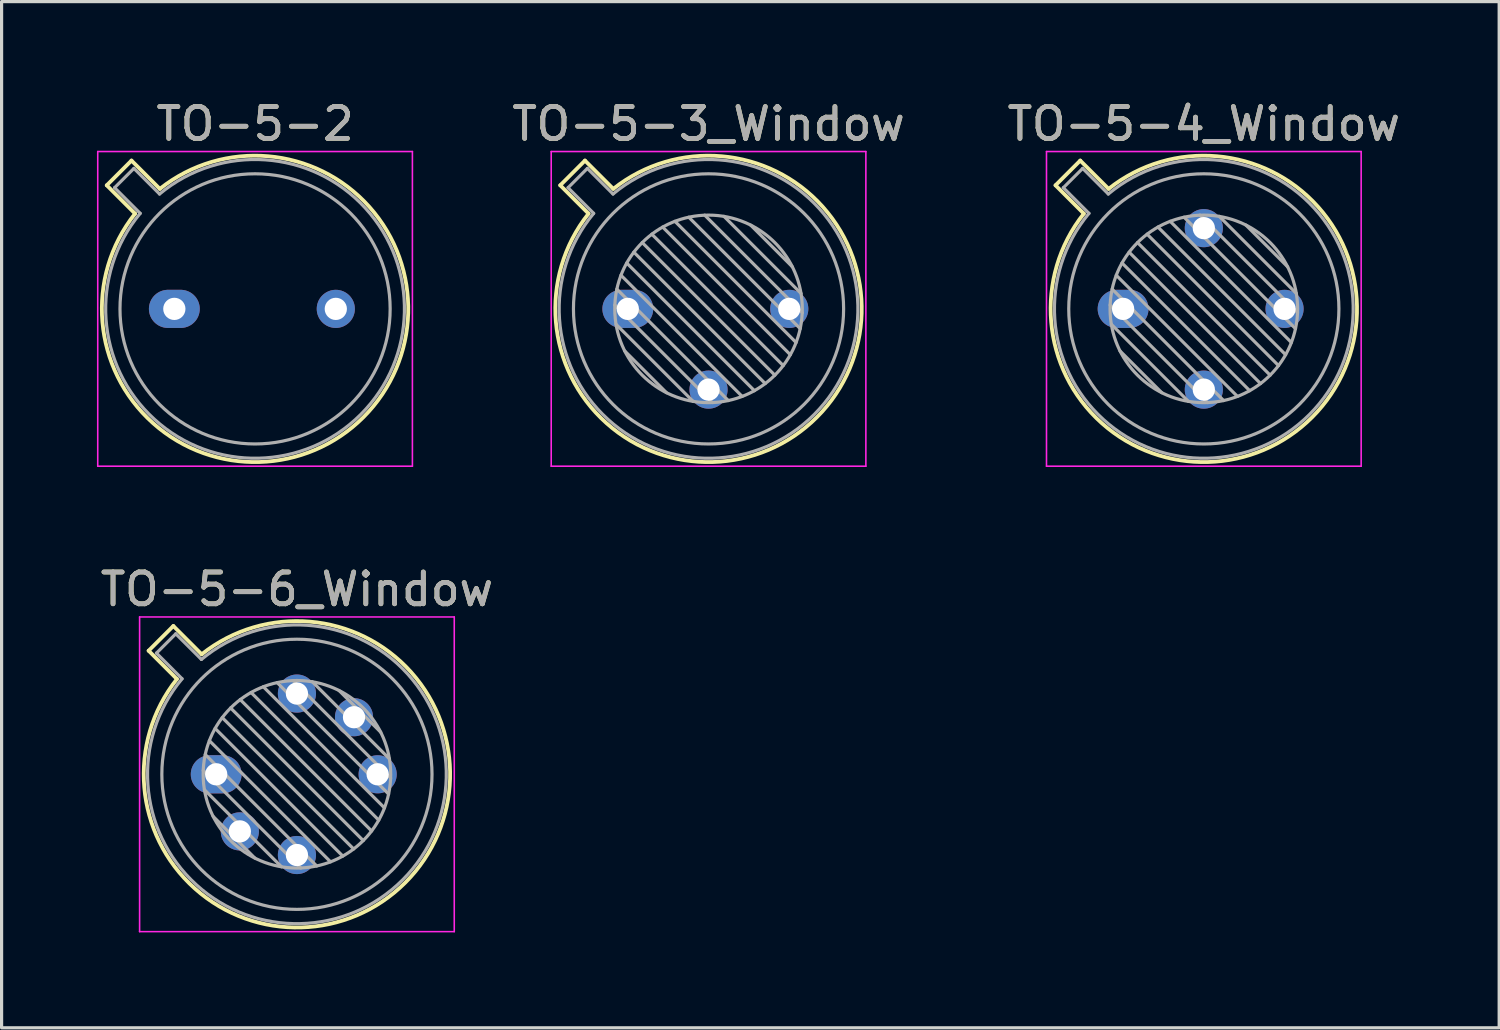
<source format=kicad_pcb>
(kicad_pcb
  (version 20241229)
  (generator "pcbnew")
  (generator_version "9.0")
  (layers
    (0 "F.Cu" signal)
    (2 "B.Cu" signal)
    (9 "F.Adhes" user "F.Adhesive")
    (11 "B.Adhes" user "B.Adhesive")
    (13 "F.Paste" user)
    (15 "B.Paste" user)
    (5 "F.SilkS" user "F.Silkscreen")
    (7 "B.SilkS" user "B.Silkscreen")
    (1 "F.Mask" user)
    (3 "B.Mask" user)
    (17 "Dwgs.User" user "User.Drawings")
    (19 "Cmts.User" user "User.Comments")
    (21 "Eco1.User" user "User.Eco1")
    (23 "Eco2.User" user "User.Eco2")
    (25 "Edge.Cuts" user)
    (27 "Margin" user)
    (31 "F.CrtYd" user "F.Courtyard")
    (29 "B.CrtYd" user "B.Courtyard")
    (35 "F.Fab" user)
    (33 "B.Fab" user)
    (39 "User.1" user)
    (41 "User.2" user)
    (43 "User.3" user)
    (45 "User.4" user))
  (footprint "TO-5-6_Window"
    (layer "F.Cu")
    (at 3.752 21.311)
    (property "Reference" "TO-5-6_Window" (at 2.54 -5.82 0) (layer "F.SilkS") (effects (font (size 1 1) (thickness 0.15))))
    (attr through_hole)
    (fp_line (start -2.126 -3.888) (end -1.235 -2.997) (stroke (width 0.12) (type solid)) (layer "F.SilkS"))
    (fp_line (start -1.348 -4.666) (end -2.126 -3.888) (stroke (width 0.12) (type solid)) (layer "F.SilkS"))
    (fp_line (start -0.457 -3.775) (end -1.348 -4.666) (stroke (width 0.12) (type solid)) (layer "F.SilkS"))
    (fp_arc (start -0.457084 -3.774902) (mid 5.948125 3.408384) (end -1.234674 -2.997371) (stroke (width 0.12) (type solid)) (layer "F.SilkS"))
    (fp_line (start -2.41 -4.95) (end -2.41 4.95) (stroke (width 0.05) (type solid)) (layer "F.CrtYd"))
    (fp_line (start -2.41 4.95) (end 7.49 4.95) (stroke (width 0.05) (type solid)) (layer "F.CrtYd"))
    (fp_line (start 7.49 -4.95) (end -2.41 -4.95) (stroke (width 0.05) (type solid)) (layer "F.CrtYd"))
    (fp_line (start 7.49 4.95) (end 7.49 -4.95) (stroke (width 0.05) (type solid)) (layer "F.CrtYd"))
    (fp_line (start -1.88 -3.812) (end -1.074 -3.005) (stroke (width 0.1) (type solid)) (layer "F.Fab"))
    (fp_line (start -1.272 -4.42) (end -1.88 -3.812) (stroke (width 0.1) (type solid)) (layer "F.Fab"))
    (fp_line (start -0.465 -3.614) (end -1.272 -4.42) (stroke (width 0.1) (type solid)) (layer "F.Fab"))
    (fp_line (start -0.408 -0.12) (end 2.66 2.948) (stroke (width 0.1) (type solid)) (layer "F.Fab"))
    (fp_line (start -0.371 0.485) (end 2.055 2.911) (stroke (width 0.1) (type solid)) (layer "F.Fab"))
    (fp_line (start -0.344 -0.622) (end 3.162 2.884) (stroke (width 0.1) (type solid)) (layer "F.Fab"))
    (fp_line (start -0.215 -1.058) (end 3.598 2.755) (stroke (width 0.1) (type solid)) (layer "F.Fab"))
    (fp_line (start -0.097 1.324) (end 1.216 2.637) (stroke (width 0.1) (type solid)) (layer "F.Fab"))
    (fp_line (start -0.034 -1.443) (end 3.983 2.574) (stroke (width 0.1) (type solid)) (layer "F.Fab"))
    (fp_line (start 0.19 -1.784) (end 4.324 2.35) (stroke (width 0.1) (type solid)) (layer "F.Fab"))
    (fp_line (start 0.454 -2.086) (end 4.626 2.086) (stroke (width 0.1) (type solid)) (layer "F.Fab"))
    (fp_line (start 0.756 -2.35) (end 4.89 1.784) (stroke (width 0.1) (type solid)) (layer "F.Fab"))
    (fp_line (start 1.097 -2.574) (end 5.114 1.443) (stroke (width 0.1) (type solid)) (layer "F.Fab"))
    (fp_line (start 1.482 -2.755) (end 5.295 1.058) (stroke (width 0.1) (type solid)) (layer "F.Fab"))
    (fp_line (start 1.918 -2.884) (end 5.424 0.622) (stroke (width 0.1) (type solid)) (layer "F.Fab"))
    (fp_line (start 2.42 -2.948) (end 5.488 0.12) (stroke (width 0.1) (type solid)) (layer "F.Fab"))
    (fp_line (start 3.025 -2.911) (end 5.451 -0.485) (stroke (width 0.1) (type solid)) (layer "F.Fab"))
    (fp_line (start 3.864 -2.637) (end 5.177 -1.324) (stroke (width 0.1) (type solid)) (layer "F.Fab"))
    (fp_arc (start -0.465408 -3.61352) (mid 5.863443 3.323361) (end -1.073594 -3.005319) (stroke (width 0.1) (type solid)) (layer "F.Fab"))
    (fp_circle (center 2.54 0) (end 5.49 0) (stroke (width 0.1) (type solid)) (fill no) (layer "F.Fab"))
    (fp_circle (center 2.54 0) (end 6.79 0) (stroke (width 0.1) (type solid)) (fill no) (layer "F.Fab"))
    (fp_text user "${REFERENCE}" (at 2.54 -5.82 0) (layer "F.Fab") (effects (font (size 1 1) (thickness 0.15))))
    (pad "1" thru_hole oval (at 0 0) (size 1.6 1.2) (drill 0.7) (layers "*.Cu" "*.Mask"))
    (pad "2" thru_hole oval (at 0.744 1.796) (size 1.2 1.2) (drill 0.7) (layers "*.Cu" "*.Mask"))
    (pad "3" thru_hole oval (at 2.54 2.54) (size 1.2 1.2) (drill 0.7) (layers "*.Cu" "*.Mask"))
    (pad "4" thru_hole oval (at 5.08 0) (size 1.2 1.2) (drill 0.7) (layers "*.Cu" "*.Mask"))
    (pad "5" thru_hole oval (at 4.336 -1.796) (size 1.2 1.2) (drill 0.7) (layers "*.Cu" "*.Mask"))
    (pad "6" thru_hole oval (at 2.54 -2.54) (size 1.2 1.2) (drill 0.7) (layers "*.Cu" "*.Mask")))
  (footprint "TO-5-2"
    (layer "F.Cu")
    (at 2.435 6.668)
    (property "Reference" "TO-5-2" (at 2.54 -5.82 0) (layer "F.SilkS") (effects (font (size 1 1) (thickness 0.15))))
    (attr through_hole)
    (fp_line (start -2.126 -3.888) (end -1.235 -2.997) (stroke (width 0.12) (type solid)) (layer "F.SilkS"))
    (fp_line (start -1.348 -4.666) (end -2.126 -3.888) (stroke (width 0.12) (type solid)) (layer "F.SilkS"))
    (fp_line (start -0.457 -3.775) (end -1.348 -4.666) (stroke (width 0.12) (type solid)) (layer "F.SilkS"))
    (fp_arc (start -0.457084 -3.774902) (mid 5.948125 3.408384) (end -1.234674 -2.997371) (stroke (width 0.12) (type solid)) (layer "F.SilkS"))
    (fp_line (start -2.41 -4.95) (end -2.41 4.95) (stroke (width 0.05) (type solid)) (layer "F.CrtYd"))
    (fp_line (start -2.41 4.95) (end 7.49 4.95) (stroke (width 0.05) (type solid)) (layer "F.CrtYd"))
    (fp_line (start 7.49 -4.95) (end -2.41 -4.95) (stroke (width 0.05) (type solid)) (layer "F.CrtYd"))
    (fp_line (start 7.49 4.95) (end 7.49 -4.95) (stroke (width 0.05) (type solid)) (layer "F.CrtYd"))
    (fp_line (start -1.88 -3.812) (end -1.074 -3.005) (stroke (width 0.1) (type solid)) (layer "F.Fab"))
    (fp_line (start -1.272 -4.42) (end -1.88 -3.812) (stroke (width 0.1) (type solid)) (layer "F.Fab"))
    (fp_line (start -0.465 -3.614) (end -1.272 -4.42) (stroke (width 0.1) (type solid)) (layer "F.Fab"))
    (fp_arc (start -0.465408 -3.61352) (mid 5.863443 3.323361) (end -1.073594 -3.005319) (stroke (width 0.1) (type solid)) (layer "F.Fab"))
    (fp_circle (center 2.54 0) (end 6.79 0) (stroke (width 0.1) (type solid)) (fill no) (layer "F.Fab"))
    (fp_text user "${REFERENCE}" (at 2.54 -5.82 0) (layer "F.Fab") (effects (font (size 1 1) (thickness 0.15))))
    (pad "1" thru_hole oval (at 0 0) (size 1.6 1.2) (drill 0.7) (layers "*.Cu" "*.Mask"))
    (pad "2" thru_hole oval (at 5.08 0) (size 1.2 1.2) (drill 0.7) (layers "*.Cu" "*.Mask")))
  (footprint "TO-5-3_Window"
    (layer "F.Cu")
    (at 16.702 6.668)
    (property "Reference" "TO-5-3_Window" (at 2.54 -5.82 0) (layer "F.SilkS") (effects (font (size 1 1) (thickness 0.15))))
    (attr through_hole)
    (fp_line (start -2.126 -3.888) (end -1.235 -2.997) (stroke (width 0.12) (type solid)) (layer "F.SilkS"))
    (fp_line (start -1.348 -4.666) (end -2.126 -3.888) (stroke (width 0.12) (type solid)) (layer "F.SilkS"))
    (fp_line (start -0.457 -3.775) (end -1.348 -4.666) (stroke (width 0.12) (type solid)) (layer "F.SilkS"))
    (fp_arc (start -0.457084 -3.774902) (mid 5.948125 3.408384) (end -1.234674 -2.997371) (stroke (width 0.12) (type solid)) (layer "F.SilkS"))
    (fp_line (start -2.41 -4.95) (end -2.41 4.95) (stroke (width 0.05) (type solid)) (layer "F.CrtYd"))
    (fp_line (start -2.41 4.95) (end 7.49 4.95) (stroke (width 0.05) (type solid)) (layer "F.CrtYd"))
    (fp_line (start 7.49 -4.95) (end -2.41 -4.95) (stroke (width 0.05) (type solid)) (layer "F.CrtYd"))
    (fp_line (start 7.49 4.95) (end 7.49 -4.95) (stroke (width 0.05) (type solid)) (layer "F.CrtYd"))
    (fp_line (start -1.88 -3.812) (end -1.074 -3.005) (stroke (width 0.1) (type solid)) (layer "F.Fab"))
    (fp_line (start -1.272 -4.42) (end -1.88 -3.812) (stroke (width 0.1) (type solid)) (layer "F.Fab"))
    (fp_line (start -0.465 -3.614) (end -1.272 -4.42) (stroke (width 0.1) (type solid)) (layer "F.Fab"))
    (fp_line (start -0.408 -0.12) (end 2.66 2.948) (stroke (width 0.1) (type solid)) (layer "F.Fab"))
    (fp_line (start -0.371 0.485) (end 2.055 2.911) (stroke (width 0.1) (type solid)) (layer "F.Fab"))
    (fp_line (start -0.344 -0.622) (end 3.162 2.884) (stroke (width 0.1) (type solid)) (layer "F.Fab"))
    (fp_line (start -0.215 -1.058) (end 3.598 2.755) (stroke (width 0.1) (type solid)) (layer "F.Fab"))
    (fp_line (start -0.097 1.324) (end 1.216 2.637) (stroke (width 0.1) (type solid)) (layer "F.Fab"))
    (fp_line (start -0.034 -1.443) (end 3.983 2.574) (stroke (width 0.1) (type solid)) (layer "F.Fab"))
    (fp_line (start 0.19 -1.784) (end 4.324 2.35) (stroke (width 0.1) (type solid)) (layer "F.Fab"))
    (fp_line (start 0.454 -2.086) (end 4.626 2.086) (stroke (width 0.1) (type solid)) (layer "F.Fab"))
    (fp_line (start 0.756 -2.35) (end 4.89 1.784) (stroke (width 0.1) (type solid)) (layer "F.Fab"))
    (fp_line (start 1.097 -2.574) (end 5.114 1.443) (stroke (width 0.1) (type solid)) (layer "F.Fab"))
    (fp_line (start 1.482 -2.755) (end 5.295 1.058) (stroke (width 0.1) (type solid)) (layer "F.Fab"))
    (fp_line (start 1.918 -2.884) (end 5.424 0.622) (stroke (width 0.1) (type solid)) (layer "F.Fab"))
    (fp_line (start 2.42 -2.948) (end 5.488 0.12) (stroke (width 0.1) (type solid)) (layer "F.Fab"))
    (fp_line (start 3.025 -2.911) (end 5.451 -0.485) (stroke (width 0.1) (type solid)) (layer "F.Fab"))
    (fp_line (start 3.864 -2.637) (end 5.177 -1.324) (stroke (width 0.1) (type solid)) (layer "F.Fab"))
    (fp_arc (start -0.465408 -3.61352) (mid 5.863443 3.323361) (end -1.073594 -3.005319) (stroke (width 0.1) (type solid)) (layer "F.Fab"))
    (fp_circle (center 2.54 0) (end 5.49 0) (stroke (width 0.1) (type solid)) (fill no) (layer "F.Fab"))
    (fp_circle (center 2.54 0) (end 6.79 0) (stroke (width 0.1) (type solid)) (fill no) (layer "F.Fab"))
    (fp_text user "${REFERENCE}" (at 2.54 -5.82 0) (layer "F.Fab") (effects (font (size 1 1) (thickness 0.15))))
    (pad "1" thru_hole oval (at 0 0) (size 1.6 1.2) (drill 0.7) (layers "*.Cu" "*.Mask"))
    (pad "2" thru_hole oval (at 2.54 2.54) (size 1.2 1.2) (drill 0.7) (layers "*.Cu" "*.Mask"))
    (pad "3" thru_hole oval (at 5.08 0) (size 1.2 1.2) (drill 0.7) (layers "*.Cu" "*.Mask")))
  (footprint "TO-5-4_Window"
    (layer "F.Cu")
    (at 32.285 6.668)
    (property "Reference" "TO-5-4_Window" (at 2.54 -5.82 0) (layer "F.SilkS") (effects (font (size 1 1) (thickness 0.15))))
    (attr through_hole)
    (fp_line (start -2.126 -3.888) (end -1.235 -2.997) (stroke (width 0.12) (type solid)) (layer "F.SilkS"))
    (fp_line (start -1.348 -4.666) (end -2.126 -3.888) (stroke (width 0.12) (type solid)) (layer "F.SilkS"))
    (fp_line (start -0.457 -3.775) (end -1.348 -4.666) (stroke (width 0.12) (type solid)) (layer "F.SilkS"))
    (fp_arc (start -0.457084 -3.774902) (mid 5.948125 3.408384) (end -1.234674 -2.997371) (stroke (width 0.12) (type solid)) (layer "F.SilkS"))
    (fp_line (start -2.41 -4.95) (end -2.41 4.95) (stroke (width 0.05) (type solid)) (layer "F.CrtYd"))
    (fp_line (start -2.41 4.95) (end 7.49 4.95) (stroke (width 0.05) (type solid)) (layer "F.CrtYd"))
    (fp_line (start 7.49 -4.95) (end -2.41 -4.95) (stroke (width 0.05) (type solid)) (layer "F.CrtYd"))
    (fp_line (start 7.49 4.95) (end 7.49 -4.95) (stroke (width 0.05) (type solid)) (layer "F.CrtYd"))
    (fp_line (start -1.88 -3.812) (end -1.074 -3.005) (stroke (width 0.1) (type solid)) (layer "F.Fab"))
    (fp_line (start -1.272 -4.42) (end -1.88 -3.812) (stroke (width 0.1) (type solid)) (layer "F.Fab"))
    (fp_line (start -0.465 -3.614) (end -1.272 -4.42) (stroke (width 0.1) (type solid)) (layer "F.Fab"))
    (fp_line (start -0.408 -0.12) (end 2.66 2.948) (stroke (width 0.1) (type solid)) (layer "F.Fab"))
    (fp_line (start -0.371 0.485) (end 2.055 2.911) (stroke (width 0.1) (type solid)) (layer "F.Fab"))
    (fp_line (start -0.344 -0.622) (end 3.162 2.884) (stroke (width 0.1) (type solid)) (layer "F.Fab"))
    (fp_line (start -0.215 -1.058) (end 3.598 2.755) (stroke (width 0.1) (type solid)) (layer "F.Fab"))
    (fp_line (start -0.097 1.324) (end 1.216 2.637) (stroke (width 0.1) (type solid)) (layer "F.Fab"))
    (fp_line (start -0.034 -1.443) (end 3.983 2.574) (stroke (width 0.1) (type solid)) (layer "F.Fab"))
    (fp_line (start 0.19 -1.784) (end 4.324 2.35) (stroke (width 0.1) (type solid)) (layer "F.Fab"))
    (fp_line (start 0.454 -2.086) (end 4.626 2.086) (stroke (width 0.1) (type solid)) (layer "F.Fab"))
    (fp_line (start 0.756 -2.35) (end 4.89 1.784) (stroke (width 0.1) (type solid)) (layer "F.Fab"))
    (fp_line (start 1.097 -2.574) (end 5.114 1.443) (stroke (width 0.1) (type solid)) (layer "F.Fab"))
    (fp_line (start 1.482 -2.755) (end 5.295 1.058) (stroke (width 0.1) (type solid)) (layer "F.Fab"))
    (fp_line (start 1.918 -2.884) (end 5.424 0.622) (stroke (width 0.1) (type solid)) (layer "F.Fab"))
    (fp_line (start 2.42 -2.948) (end 5.488 0.12) (stroke (width 0.1) (type solid)) (layer "F.Fab"))
    (fp_line (start 3.025 -2.911) (end 5.451 -0.485) (stroke (width 0.1) (type solid)) (layer "F.Fab"))
    (fp_line (start 3.864 -2.637) (end 5.177 -1.324) (stroke (width 0.1) (type solid)) (layer "F.Fab"))
    (fp_arc (start -0.465408 -3.61352) (mid 5.863443 3.323361) (end -1.073594 -3.005319) (stroke (width 0.1) (type solid)) (layer "F.Fab"))
    (fp_circle (center 2.54 0) (end 5.49 0) (stroke (width 0.1) (type solid)) (fill no) (layer "F.Fab"))
    (fp_circle (center 2.54 0) (end 6.79 0) (stroke (width 0.1) (type solid)) (fill no) (layer "F.Fab"))
    (fp_text user "${REFERENCE}" (at 2.54 -5.82 0) (layer "F.Fab") (effects (font (size 1 1) (thickness 0.15))))
    (pad "1" thru_hole oval (at 0 0) (size 1.6 1.2) (drill 0.7) (layers "*.Cu" "*.Mask"))
    (pad "2" thru_hole oval (at 2.54 2.54) (size 1.2 1.2) (drill 0.7) (layers "*.Cu" "*.Mask"))
    (pad "3" thru_hole oval (at 5.08 0) (size 1.2 1.2) (drill 0.7) (layers "*.Cu" "*.Mask"))
    (pad "4" thru_hole oval (at 2.54 -2.54) (size 1.2 1.2) (drill 0.7) (layers "*.Cu" "*.Mask")))
  (gr_rect
    (start -3 -3)
    (end 44.117 29.287)
    (stroke (width 0.1) (type default))
    (fill no)
    (layer "Edge.Cuts")))
</source>
